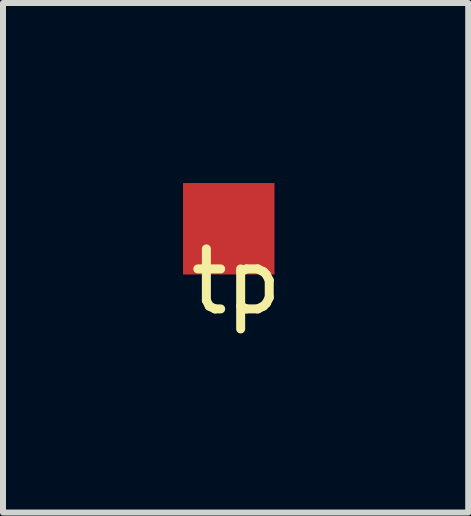
<source format=kicad_pcb>
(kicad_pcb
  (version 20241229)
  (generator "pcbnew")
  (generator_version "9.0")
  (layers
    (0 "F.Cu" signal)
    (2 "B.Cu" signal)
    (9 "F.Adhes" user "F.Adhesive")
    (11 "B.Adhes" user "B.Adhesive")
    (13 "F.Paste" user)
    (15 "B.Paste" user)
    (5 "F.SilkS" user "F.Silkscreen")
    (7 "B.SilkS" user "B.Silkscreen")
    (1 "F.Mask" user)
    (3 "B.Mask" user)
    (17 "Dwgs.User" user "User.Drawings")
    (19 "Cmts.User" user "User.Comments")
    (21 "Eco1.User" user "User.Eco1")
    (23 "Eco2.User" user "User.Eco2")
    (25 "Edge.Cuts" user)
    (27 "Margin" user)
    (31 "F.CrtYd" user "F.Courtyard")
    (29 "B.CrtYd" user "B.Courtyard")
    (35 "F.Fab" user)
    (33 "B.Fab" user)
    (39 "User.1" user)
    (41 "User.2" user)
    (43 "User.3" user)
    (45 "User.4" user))
  (footprint "tp"
    (layer "F.Cu")
    (at 0.762 0.889)
    (property "Reference" "tp" (at 0.127 0.754 0) (layer "F.SilkS") (effects (font (size 1 1) (thickness 0.15))))
    (attr through_hole)
    (pad "1" connect rect (at 0 -0.127) (size 1.524 1.524) (layers "F.Cu" "F.Mask")))
  (gr_rect
    (start -3 -3)
    (end 4.752 5.491)
    (stroke (width 0.1) (type default))
    (fill no)
    (layer "Edge.Cuts")))
</source>
